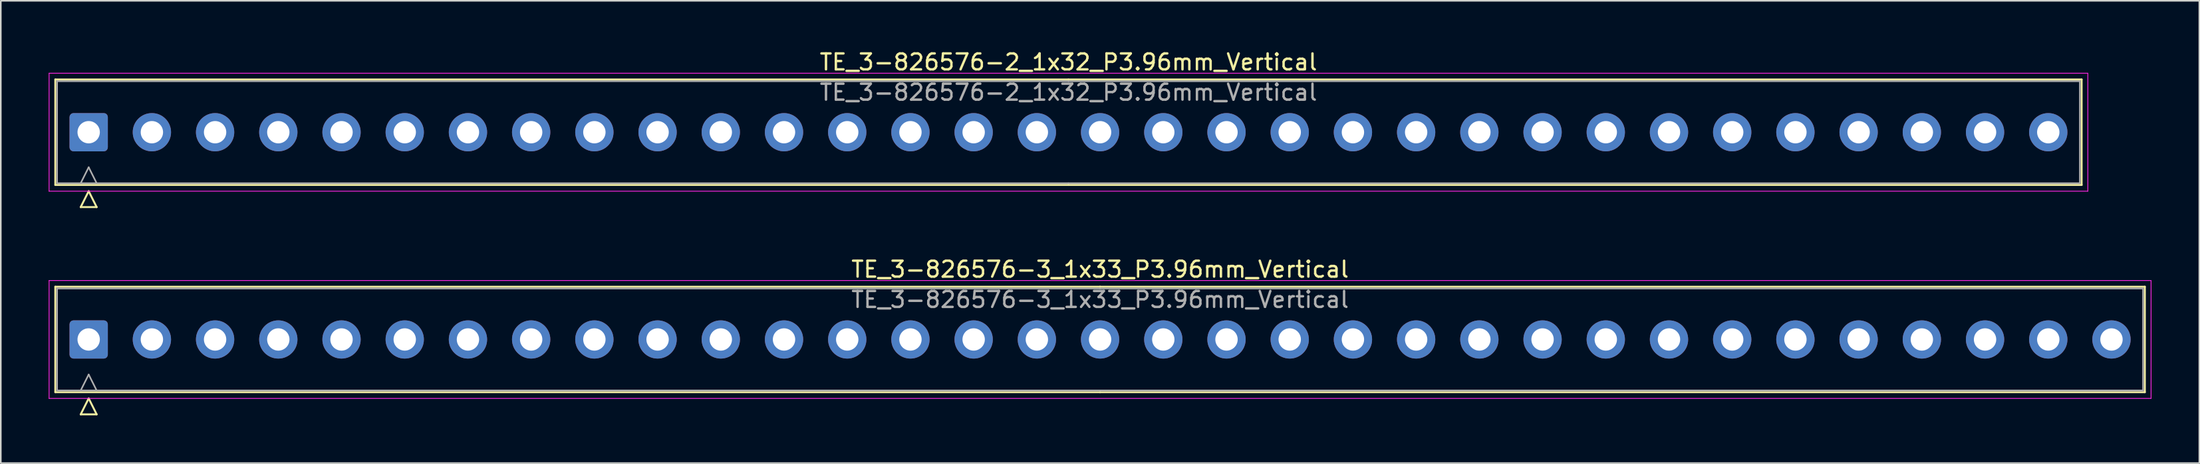
<source format=kicad_pcb>
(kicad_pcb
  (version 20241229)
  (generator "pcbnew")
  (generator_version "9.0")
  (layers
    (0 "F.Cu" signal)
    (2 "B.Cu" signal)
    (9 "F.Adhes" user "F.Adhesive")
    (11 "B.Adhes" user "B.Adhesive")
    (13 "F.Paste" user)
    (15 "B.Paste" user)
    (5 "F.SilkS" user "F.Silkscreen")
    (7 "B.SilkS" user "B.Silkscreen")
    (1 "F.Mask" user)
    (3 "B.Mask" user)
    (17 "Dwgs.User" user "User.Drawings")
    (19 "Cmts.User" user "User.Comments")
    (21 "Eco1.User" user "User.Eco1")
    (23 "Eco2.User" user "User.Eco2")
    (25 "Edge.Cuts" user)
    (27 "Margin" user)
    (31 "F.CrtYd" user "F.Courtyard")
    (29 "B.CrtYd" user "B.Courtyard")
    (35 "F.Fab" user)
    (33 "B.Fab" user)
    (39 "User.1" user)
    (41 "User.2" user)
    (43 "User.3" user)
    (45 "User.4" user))
  (footprint "TE_3-826576-3_1x33_P3.96mm_Vertical"
    (layer "F.Cu")
    (at 2.505 18.256)
    (property "Reference" "TE_3-826576-3_1x33_P3.96mm_Vertical" (at 63.36 -4.4 0) (layer "F.SilkS") (effects (font (size 1 1) (thickness 0.15))))
    (attr through_hole)
    (fp_line (start -2.09 -3.31) (end -2.09 3.31) (stroke (width 0.12) (type solid)) (layer "F.SilkS"))
    (fp_line (start -2.09 3.31) (end 63.36 3.31) (stroke (width 0.12) (type solid)) (layer "F.SilkS"))
    (fp_line (start -0.5 4.7) (end 0 3.7) (stroke (width 0.12) (type solid)) (layer "F.SilkS"))
    (fp_line (start 0 3.7) (end 0.5 4.7) (stroke (width 0.12) (type solid)) (layer "F.SilkS"))
    (fp_line (start 0.5 4.7) (end -0.5 4.7) (stroke (width 0.12) (type solid)) (layer "F.SilkS"))
    (fp_line (start 63.36 -3.31) (end -2.09 -3.31) (stroke (width 0.12) (type solid)) (layer "F.SilkS"))
    (fp_line (start 63.36 -3.31) (end 128.81 -3.31) (stroke (width 0.12) (type solid)) (layer "F.SilkS"))
    (fp_line (start 128.81 -3.31) (end 128.81 3.31) (stroke (width 0.12) (type solid)) (layer "F.SilkS"))
    (fp_line (start 128.81 3.31) (end 63.36 3.31) (stroke (width 0.12) (type solid)) (layer "F.SilkS"))
    (fp_line (start -2.48 -3.7) (end -2.48 3.7) (stroke (width 0.05) (type solid)) (layer "F.CrtYd"))
    (fp_line (start -2.48 3.7) (end 129.2 3.7) (stroke (width 0.05) (type solid)) (layer "F.CrtYd"))
    (fp_line (start 129.2 -3.7) (end -2.48 -3.7) (stroke (width 0.05) (type solid)) (layer "F.CrtYd"))
    (fp_line (start 129.2 3.7) (end 129.2 -3.7) (stroke (width 0.05) (type solid)) (layer "F.CrtYd"))
    (fp_line (start -1.98 -3.2) (end -1.98 3.2) (stroke (width 0.1) (type solid)) (layer "F.Fab"))
    (fp_line (start -1.98 3.2) (end 63.36 3.2) (stroke (width 0.1) (type solid)) (layer "F.Fab"))
    (fp_line (start -0.5 3.2) (end 0 2.2) (stroke (width 0.1) (type solid)) (layer "F.Fab"))
    (fp_line (start 0 2.2) (end 0.5 3.2) (stroke (width 0.1) (type solid)) (layer "F.Fab"))
    (fp_line (start 63.36 -3.2) (end -1.98 -3.2) (stroke (width 0.1) (type solid)) (layer "F.Fab"))
    (fp_line (start 63.36 -3.2) (end 128.7 -3.2) (stroke (width 0.1) (type solid)) (layer "F.Fab"))
    (fp_line (start 128.7 -3.2) (end 128.7 3.2) (stroke (width 0.1) (type solid)) (layer "F.Fab"))
    (fp_line (start 128.7 3.2) (end 63.36 3.2) (stroke (width 0.1) (type solid)) (layer "F.Fab"))
    (fp_text user "${REFERENCE}" (at 63.36 -2.5 0) (layer "F.Fab") (effects (font (size 1 1) (thickness 0.15))))
    (pad "1" thru_hole roundrect (at 0 0) (size 2.4 2.4) (drill 1.4) (layers "*.Cu" "*.Mask") (roundrect_rratio 0.104))
    (pad "2" thru_hole circle (at 3.96 0) (size 2.4 2.4) (drill 1.4) (layers "*.Cu" "*.Mask"))
    (pad "3" thru_hole circle (at 7.92 0) (size 2.4 2.4) (drill 1.4) (layers "*.Cu" "*.Mask"))
    (pad "4" thru_hole circle (at 11.88 0) (size 2.4 2.4) (drill 1.4) (layers "*.Cu" "*.Mask"))
    (pad "5" thru_hole circle (at 15.84 0) (size 2.4 2.4) (drill 1.4) (layers "*.Cu" "*.Mask"))
    (pad "6" thru_hole circle (at 19.8 0) (size 2.4 2.4) (drill 1.4) (layers "*.Cu" "*.Mask"))
    (pad "7" thru_hole circle (at 23.76 0) (size 2.4 2.4) (drill 1.4) (layers "*.Cu" "*.Mask"))
    (pad "8" thru_hole circle (at 27.72 0) (size 2.4 2.4) (drill 1.4) (layers "*.Cu" "*.Mask"))
    (pad "9" thru_hole circle (at 31.68 0) (size 2.4 2.4) (drill 1.4) (layers "*.Cu" "*.Mask"))
    (pad "10" thru_hole circle (at 35.64 0) (size 2.4 2.4) (drill 1.4) (layers "*.Cu" "*.Mask"))
    (pad "11" thru_hole circle (at 39.6 0) (size 2.4 2.4) (drill 1.4) (layers "*.Cu" "*.Mask"))
    (pad "12" thru_hole circle (at 43.56 0) (size 2.4 2.4) (drill 1.4) (layers "*.Cu" "*.Mask"))
    (pad "13" thru_hole circle (at 47.52 0) (size 2.4 2.4) (drill 1.4) (layers "*.Cu" "*.Mask"))
    (pad "14" thru_hole circle (at 51.48 0) (size 2.4 2.4) (drill 1.4) (layers "*.Cu" "*.Mask"))
    (pad "15" thru_hole circle (at 55.44 0) (size 2.4 2.4) (drill 1.4) (layers "*.Cu" "*.Mask"))
    (pad "16" thru_hole circle (at 59.4 0) (size 2.4 2.4) (drill 1.4) (layers "*.Cu" "*.Mask"))
    (pad "17" thru_hole circle (at 63.36 0) (size 2.4 2.4) (drill 1.4) (layers "*.Cu" "*.Mask"))
    (pad "18" thru_hole circle (at 67.32 0) (size 2.4 2.4) (drill 1.4) (layers "*.Cu" "*.Mask"))
    (pad "19" thru_hole circle (at 71.28 0) (size 2.4 2.4) (drill 1.4) (layers "*.Cu" "*.Mask"))
    (pad "20" thru_hole circle (at 75.24 0) (size 2.4 2.4) (drill 1.4) (layers "*.Cu" "*.Mask"))
    (pad "21" thru_hole circle (at 79.2 0) (size 2.4 2.4) (drill 1.4) (layers "*.Cu" "*.Mask"))
    (pad "22" thru_hole circle (at 83.16 0) (size 2.4 2.4) (drill 1.4) (layers "*.Cu" "*.Mask"))
    (pad "23" thru_hole circle (at 87.12 0) (size 2.4 2.4) (drill 1.4) (layers "*.Cu" "*.Mask"))
    (pad "24" thru_hole circle (at 91.08 0) (size 2.4 2.4) (drill 1.4) (layers "*.Cu" "*.Mask"))
    (pad "25" thru_hole circle (at 95.04 0) (size 2.4 2.4) (drill 1.4) (layers "*.Cu" "*.Mask"))
    (pad "26" thru_hole circle (at 99 0) (size 2.4 2.4) (drill 1.4) (layers "*.Cu" "*.Mask"))
    (pad "27" thru_hole circle (at 102.96 0) (size 2.4 2.4) (drill 1.4) (layers "*.Cu" "*.Mask"))
    (pad "28" thru_hole circle (at 106.92 0) (size 2.4 2.4) (drill 1.4) (layers "*.Cu" "*.Mask"))
    (pad "29" thru_hole circle (at 110.88 0) (size 2.4 2.4) (drill 1.4) (layers "*.Cu" "*.Mask"))
    (pad "30" thru_hole circle (at 114.84 0) (size 2.4 2.4) (drill 1.4) (layers "*.Cu" "*.Mask"))
    (pad "31" thru_hole circle (at 118.8 0) (size 2.4 2.4) (drill 1.4) (layers "*.Cu" "*.Mask"))
    (pad "32" thru_hole circle (at 122.76 0) (size 2.4 2.4) (drill 1.4) (layers "*.Cu" "*.Mask"))
    (pad "33" thru_hole circle (at 126.72 0) (size 2.4 2.4) (drill 1.4) (layers "*.Cu" "*.Mask")))
  (footprint "TE_3-826576-2_1x32_P3.96mm_Vertical"
    (layer "F.Cu")
    (at 2.505 5.248)
    (property "Reference" "TE_3-826576-2_1x32_P3.96mm_Vertical" (at 61.38 -4.4 0) (layer "F.SilkS") (effects (font (size 1 1) (thickness 0.15))))
    (attr through_hole)
    (fp_line (start -2.09 -3.31) (end -2.09 3.31) (stroke (width 0.12) (type solid)) (layer "F.SilkS"))
    (fp_line (start -2.09 3.31) (end 61.38 3.31) (stroke (width 0.12) (type solid)) (layer "F.SilkS"))
    (fp_line (start -0.5 4.7) (end 0 3.7) (stroke (width 0.12) (type solid)) (layer "F.SilkS"))
    (fp_line (start 0 3.7) (end 0.5 4.7) (stroke (width 0.12) (type solid)) (layer "F.SilkS"))
    (fp_line (start 0.5 4.7) (end -0.5 4.7) (stroke (width 0.12) (type solid)) (layer "F.SilkS"))
    (fp_line (start 61.38 -3.31) (end -2.09 -3.31) (stroke (width 0.12) (type solid)) (layer "F.SilkS"))
    (fp_line (start 61.38 -3.31) (end 124.85 -3.31) (stroke (width 0.12) (type solid)) (layer "F.SilkS"))
    (fp_line (start 124.85 -3.31) (end 124.85 3.31) (stroke (width 0.12) (type solid)) (layer "F.SilkS"))
    (fp_line (start 124.85 3.31) (end 61.38 3.31) (stroke (width 0.12) (type solid)) (layer "F.SilkS"))
    (fp_line (start -2.48 -3.7) (end -2.48 3.7) (stroke (width 0.05) (type solid)) (layer "F.CrtYd"))
    (fp_line (start -2.48 3.7) (end 125.24 3.7) (stroke (width 0.05) (type solid)) (layer "F.CrtYd"))
    (fp_line (start 125.24 -3.7) (end -2.48 -3.7) (stroke (width 0.05) (type solid)) (layer "F.CrtYd"))
    (fp_line (start 125.24 3.7) (end 125.24 -3.7) (stroke (width 0.05) (type solid)) (layer "F.CrtYd"))
    (fp_line (start -1.98 -3.2) (end -1.98 3.2) (stroke (width 0.1) (type solid)) (layer "F.Fab"))
    (fp_line (start -1.98 3.2) (end 61.38 3.2) (stroke (width 0.1) (type solid)) (layer "F.Fab"))
    (fp_line (start -0.5 3.2) (end 0 2.2) (stroke (width 0.1) (type solid)) (layer "F.Fab"))
    (fp_line (start 0 2.2) (end 0.5 3.2) (stroke (width 0.1) (type solid)) (layer "F.Fab"))
    (fp_line (start 61.38 -3.2) (end -1.98 -3.2) (stroke (width 0.1) (type solid)) (layer "F.Fab"))
    (fp_line (start 61.38 -3.2) (end 124.74 -3.2) (stroke (width 0.1) (type solid)) (layer "F.Fab"))
    (fp_line (start 124.74 -3.2) (end 124.74 3.2) (stroke (width 0.1) (type solid)) (layer "F.Fab"))
    (fp_line (start 124.74 3.2) (end 61.38 3.2) (stroke (width 0.1) (type solid)) (layer "F.Fab"))
    (fp_text user "${REFERENCE}" (at 61.38 -2.5 0) (layer "F.Fab") (effects (font (size 1 1) (thickness 0.15))))
    (pad "1" thru_hole roundrect (at 0 0) (size 2.4 2.4) (drill 1.4) (layers "*.Cu" "*.Mask") (roundrect_rratio 0.104))
    (pad "2" thru_hole circle (at 3.96 0) (size 2.4 2.4) (drill 1.4) (layers "*.Cu" "*.Mask"))
    (pad "3" thru_hole circle (at 7.92 0) (size 2.4 2.4) (drill 1.4) (layers "*.Cu" "*.Mask"))
    (pad "4" thru_hole circle (at 11.88 0) (size 2.4 2.4) (drill 1.4) (layers "*.Cu" "*.Mask"))
    (pad "5" thru_hole circle (at 15.84 0) (size 2.4 2.4) (drill 1.4) (layers "*.Cu" "*.Mask"))
    (pad "6" thru_hole circle (at 19.8 0) (size 2.4 2.4) (drill 1.4) (layers "*.Cu" "*.Mask"))
    (pad "7" thru_hole circle (at 23.76 0) (size 2.4 2.4) (drill 1.4) (layers "*.Cu" "*.Mask"))
    (pad "8" thru_hole circle (at 27.72 0) (size 2.4 2.4) (drill 1.4) (layers "*.Cu" "*.Mask"))
    (pad "9" thru_hole circle (at 31.68 0) (size 2.4 2.4) (drill 1.4) (layers "*.Cu" "*.Mask"))
    (pad "10" thru_hole circle (at 35.64 0) (size 2.4 2.4) (drill 1.4) (layers "*.Cu" "*.Mask"))
    (pad "11" thru_hole circle (at 39.6 0) (size 2.4 2.4) (drill 1.4) (layers "*.Cu" "*.Mask"))
    (pad "12" thru_hole circle (at 43.56 0) (size 2.4 2.4) (drill 1.4) (layers "*.Cu" "*.Mask"))
    (pad "13" thru_hole circle (at 47.52 0) (size 2.4 2.4) (drill 1.4) (layers "*.Cu" "*.Mask"))
    (pad "14" thru_hole circle (at 51.48 0) (size 2.4 2.4) (drill 1.4) (layers "*.Cu" "*.Mask"))
    (pad "15" thru_hole circle (at 55.44 0) (size 2.4 2.4) (drill 1.4) (layers "*.Cu" "*.Mask"))
    (pad "16" thru_hole circle (at 59.4 0) (size 2.4 2.4) (drill 1.4) (layers "*.Cu" "*.Mask"))
    (pad "17" thru_hole circle (at 63.36 0) (size 2.4 2.4) (drill 1.4) (layers "*.Cu" "*.Mask"))
    (pad "18" thru_hole circle (at 67.32 0) (size 2.4 2.4) (drill 1.4) (layers "*.Cu" "*.Mask"))
    (pad "19" thru_hole circle (at 71.28 0) (size 2.4 2.4) (drill 1.4) (layers "*.Cu" "*.Mask"))
    (pad "20" thru_hole circle (at 75.24 0) (size 2.4 2.4) (drill 1.4) (layers "*.Cu" "*.Mask"))
    (pad "21" thru_hole circle (at 79.2 0) (size 2.4 2.4) (drill 1.4) (layers "*.Cu" "*.Mask"))
    (pad "22" thru_hole circle (at 83.16 0) (size 2.4 2.4) (drill 1.4) (layers "*.Cu" "*.Mask"))
    (pad "23" thru_hole circle (at 87.12 0) (size 2.4 2.4) (drill 1.4) (layers "*.Cu" "*.Mask"))
    (pad "24" thru_hole circle (at 91.08 0) (size 2.4 2.4) (drill 1.4) (layers "*.Cu" "*.Mask"))
    (pad "25" thru_hole circle (at 95.04 0) (size 2.4 2.4) (drill 1.4) (layers "*.Cu" "*.Mask"))
    (pad "26" thru_hole circle (at 99 0) (size 2.4 2.4) (drill 1.4) (layers "*.Cu" "*.Mask"))
    (pad "27" thru_hole circle (at 102.96 0) (size 2.4 2.4) (drill 1.4) (layers "*.Cu" "*.Mask"))
    (pad "28" thru_hole circle (at 106.92 0) (size 2.4 2.4) (drill 1.4) (layers "*.Cu" "*.Mask"))
    (pad "29" thru_hole circle (at 110.88 0) (size 2.4 2.4) (drill 1.4) (layers "*.Cu" "*.Mask"))
    (pad "30" thru_hole circle (at 114.84 0) (size 2.4 2.4) (drill 1.4) (layers "*.Cu" "*.Mask"))
    (pad "31" thru_hole circle (at 118.8 0) (size 2.4 2.4) (drill 1.4) (layers "*.Cu" "*.Mask"))
    (pad "32" thru_hole circle (at 122.76 0) (size 2.4 2.4) (drill 1.4) (layers "*.Cu" "*.Mask")))
  (gr_rect
    (start -3 -3)
    (end 134.73 26.017)
    (stroke (width 0.1) (type default))
    (fill no)
    (layer "Edge.Cuts")))
</source>
